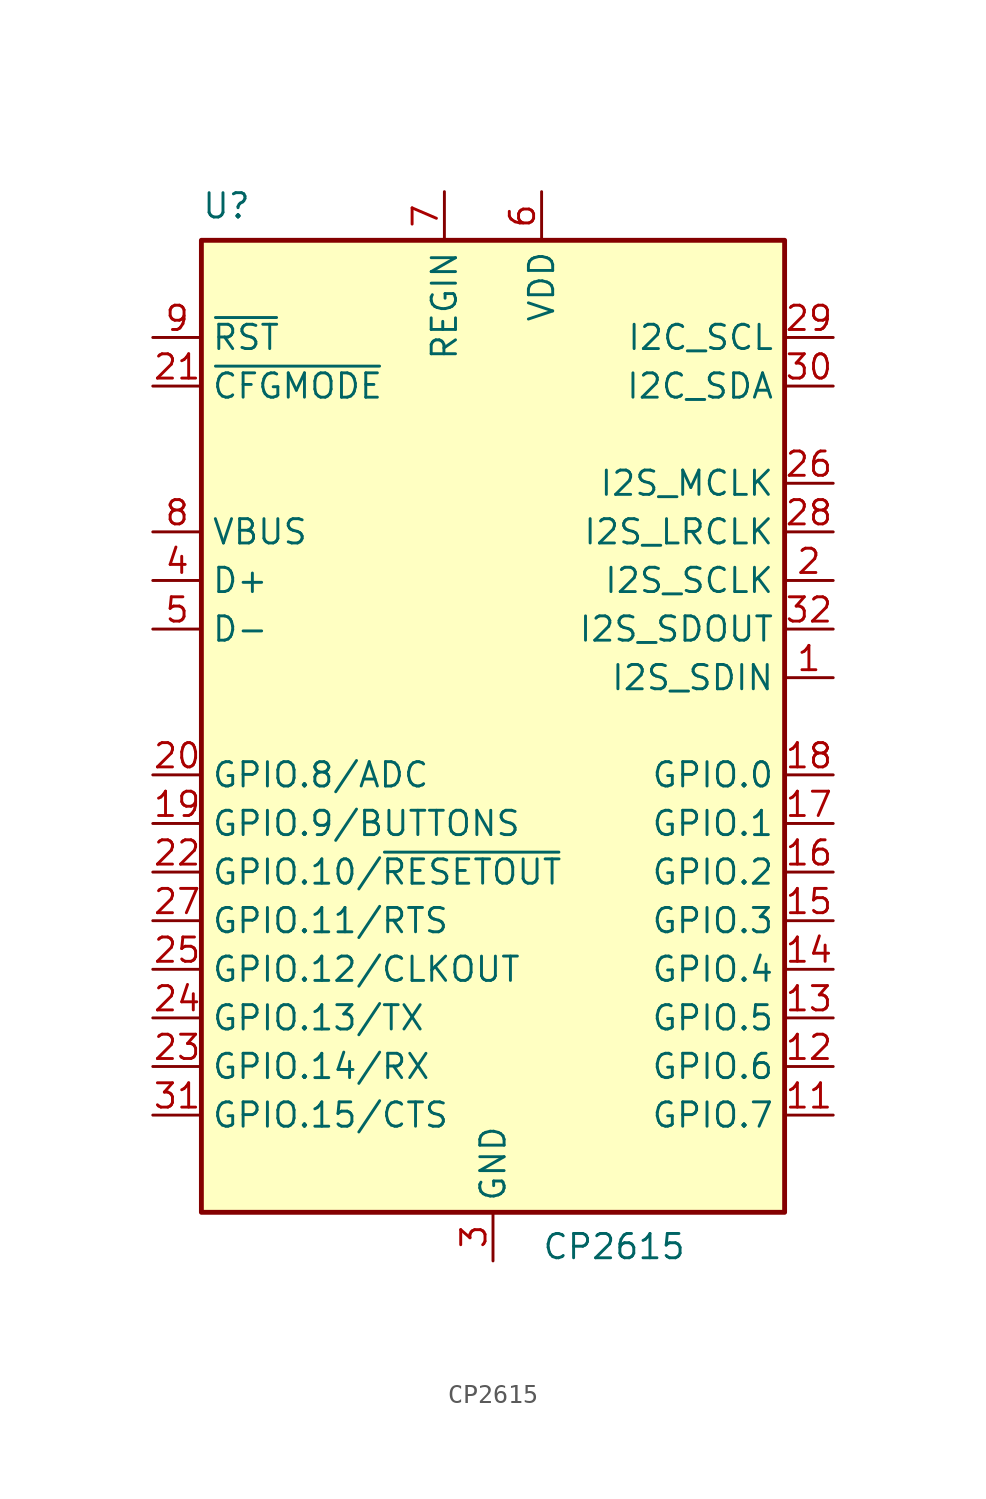
<source format=kicad_sym>
(kicad_symbol_lib
  (version 20220914)
  (generator kicad_symbol_editor)
  (symbol "CP2615"
    (property "Reference" "U"
      (at -15.24 27.94 0)
      (effects (font (size 1.27 1.27)) (justify left top)))
    (property "Value" "CP2615"
      (at 2.54 -27.94 0)
      (effects (font (size 1.27 1.27)) (justify left bottom)))
    (symbol "CP2615_0_0"
      (pin input line (at 17.78 2.54 180) (length 2.54) (name "I2S_SDIN" (effects (font (size 1.27 1.27)))) (number "1" (effects (font (size 1.27 1.27)))))
      (pin no_connect line (at -15.24 15.24 0) (length 2.54) hide (name "NC" (effects (font (size 1.27 1.27)))) (number "10" (effects (font (size 1.27 1.27)))))
      (pin bidirectional line (at 17.78 -20.32 180) (length 2.54) (name "GPIO.7" (effects (font (size 1.27 1.27)))) (number "11" (effects (font (size 1.27 1.27)))))
      (pin bidirectional line (at 17.78 -17.78 180) (length 2.54) (name "GPIO.6" (effects (font (size 1.27 1.27)))) (number "12" (effects (font (size 1.27 1.27)))))
      (pin output line (at 17.78 7.62 180) (length 2.54) (name "I2S_SCLK" (effects (font (size 1.27 1.27)))) (number "2" (effects (font (size 1.27 1.27)))))
      (pin input line (at -17.78 17.78 0) (length 2.54) (name "~{CFGMODE}" (effects (font (size 1.27 1.27)))) (number "21" (effects (font (size 1.27 1.27)))))
      (pin bidirectional line (at -17.78 -7.62 0) (length 2.54) (name "GPIO.10/~{RESETOUT}" (effects (font (size 1.27 1.27)))) (number "22" (effects (font (size 1.27 1.27)))))
      (pin bidirectional line (at -17.78 -17.78 0) (length 2.54) (name "GPIO.14/RX" (effects (font (size 1.27 1.27)))) (number "23" (effects (font (size 1.27 1.27)))))
      (pin bidirectional line (at -17.78 -15.24 0) (length 2.54) (name "GPIO.13/TX" (effects (font (size 1.27 1.27)))) (number "24" (effects (font (size 1.27 1.27)))))
      (pin bidirectional line (at -17.78 -12.7 0) (length 2.54) (name "GPIO.12/CLKOUT" (effects (font (size 1.27 1.27)))) (number "25" (effects (font (size 1.27 1.27)))))
      (pin output line (at 17.78 12.7 180) (length 2.54) (name "I2S_MCLK" (effects (font (size 1.27 1.27)))) (number "26" (effects (font (size 1.27 1.27)))))
      (pin bidirectional line (at -17.78 -10.16 0) (length 2.54) (name "GPIO.11/RTS" (effects (font (size 1.27 1.27)))) (number "27" (effects (font (size 1.27 1.27)))))
      (pin output line (at 17.78 10.16 180) (length 2.54) (name "I2S_LRCLK" (effects (font (size 1.27 1.27)))) (number "28" (effects (font (size 1.27 1.27)))))
      (pin bidirectional line (at 17.78 20.32 180) (length 2.54) (name "I2C_SCL" (effects (font (size 1.27 1.27)))) (number "29" (effects (font (size 1.27 1.27)))))
      (pin power_in line (at 0 -27.94 90) (length 2.54) (name "GND" (effects (font (size 1.27 1.27)))) (number "3" (effects (font (size 1.27 1.27)))))
      (pin bidirectional line (at 17.78 17.78 180) (length 2.54) (name "I2C_SDA" (effects (font (size 1.27 1.27)))) (number "30" (effects (font (size 1.27 1.27)))))
      (pin bidirectional line (at -17.78 -20.32 0) (length 2.54) (name "GPIO.15/CTS" (effects (font (size 1.27 1.27)))) (number "31" (effects (font (size 1.27 1.27)))))
      (pin output line (at 17.78 5.08 180) (length 2.54) (name "I2S_SDOUT" (effects (font (size 1.27 1.27)))) (number "32" (effects (font (size 1.27 1.27)))))
      (pin bidirectional line (at -17.78 7.62 0) (length 2.54) (name "D+" (effects (font (size 1.27 1.27)))) (number "4" (effects (font (size 1.27 1.27)))))
      (pin bidirectional line (at -17.78 5.08 0) (length 2.54) (name "D-" (effects (font (size 1.27 1.27)))) (number "5" (effects (font (size 1.27 1.27)))))
      (pin power_in line (at 2.54 27.94 270) (length 2.54) (name "VDD" (effects (font (size 1.27 1.27)))) (number "6" (effects (font (size 1.27 1.27)))))
      (pin power_in line (at -2.54 27.94 270) (length 2.54) (name "REGIN" (effects (font (size 1.27 1.27)))) (number "7" (effects (font (size 1.27 1.27)))))
      (pin input line (at -17.78 10.16 0) (length 2.54) (name "VBUS" (effects (font (size 1.27 1.27)))) (number "8" (effects (font (size 1.27 1.27)))))
      (pin bidirectional line (at -17.78 20.32 0) (length 2.54) (name "~{RST}" (effects (font (size 1.27 1.27)))) (number "9" (effects (font (size 1.27 1.27))))))
    (symbol "CP2615_0_1"
      (rectangle (start -15.24 -25.4) (end 15.24 25.4) (stroke (width 0.254) (type default)) (fill (type background))))
    (symbol "CP2615_1_1"
      (pin bidirectional line (at 17.78 -15.24 180) (length 2.54) (name "GPIO.5" (effects (font (size 1.27 1.27)))) (number "13" (effects (font (size 1.27 1.27)))))
      (pin bidirectional line (at 17.78 -12.7 180) (length 2.54) (name "GPIO.4" (effects (font (size 1.27 1.27)))) (number "14" (effects (font (size 1.27 1.27)))))
      (pin bidirectional line (at 17.78 -10.16 180) (length 2.54) (name "GPIO.3" (effects (font (size 1.27 1.27)))) (number "15" (effects (font (size 1.27 1.27)))))
      (pin bidirectional line (at 17.78 -7.62 180) (length 2.54) (name "GPIO.2" (effects (font (size 1.27 1.27)))) (number "16" (effects (font (size 1.27 1.27)))))
      (pin bidirectional line (at 17.78 -5.08 180) (length 2.54) (name "GPIO.1" (effects (font (size 1.27 1.27)))) (number "17" (effects (font (size 1.27 1.27)))))
      (pin bidirectional line (at 17.78 -2.54 180) (length 2.54) (name "GPIO.0" (effects (font (size 1.27 1.27)))) (number "18" (effects (font (size 1.27 1.27)))))
      (pin bidirectional line (at -17.78 -5.08 0) (length 2.54) (name "GPIO.9/BUTTONS" (effects (font (size 1.27 1.27)))) (number "19" (effects (font (size 1.27 1.27)))))
      (pin bidirectional line (at -17.78 -2.54 0) (length 2.54) (name "GPIO.8/ADC" (effects (font (size 1.27 1.27)))) (number "20" (effects (font (size 1.27 1.27)))))
      (pin passive line (at 0 -27.94 90) (length 2.54) hide (name "GND" (effects (font (size 1.27 1.27)))) (number "33" (effects (font (size 1.27 1.27))))))))
</source>
